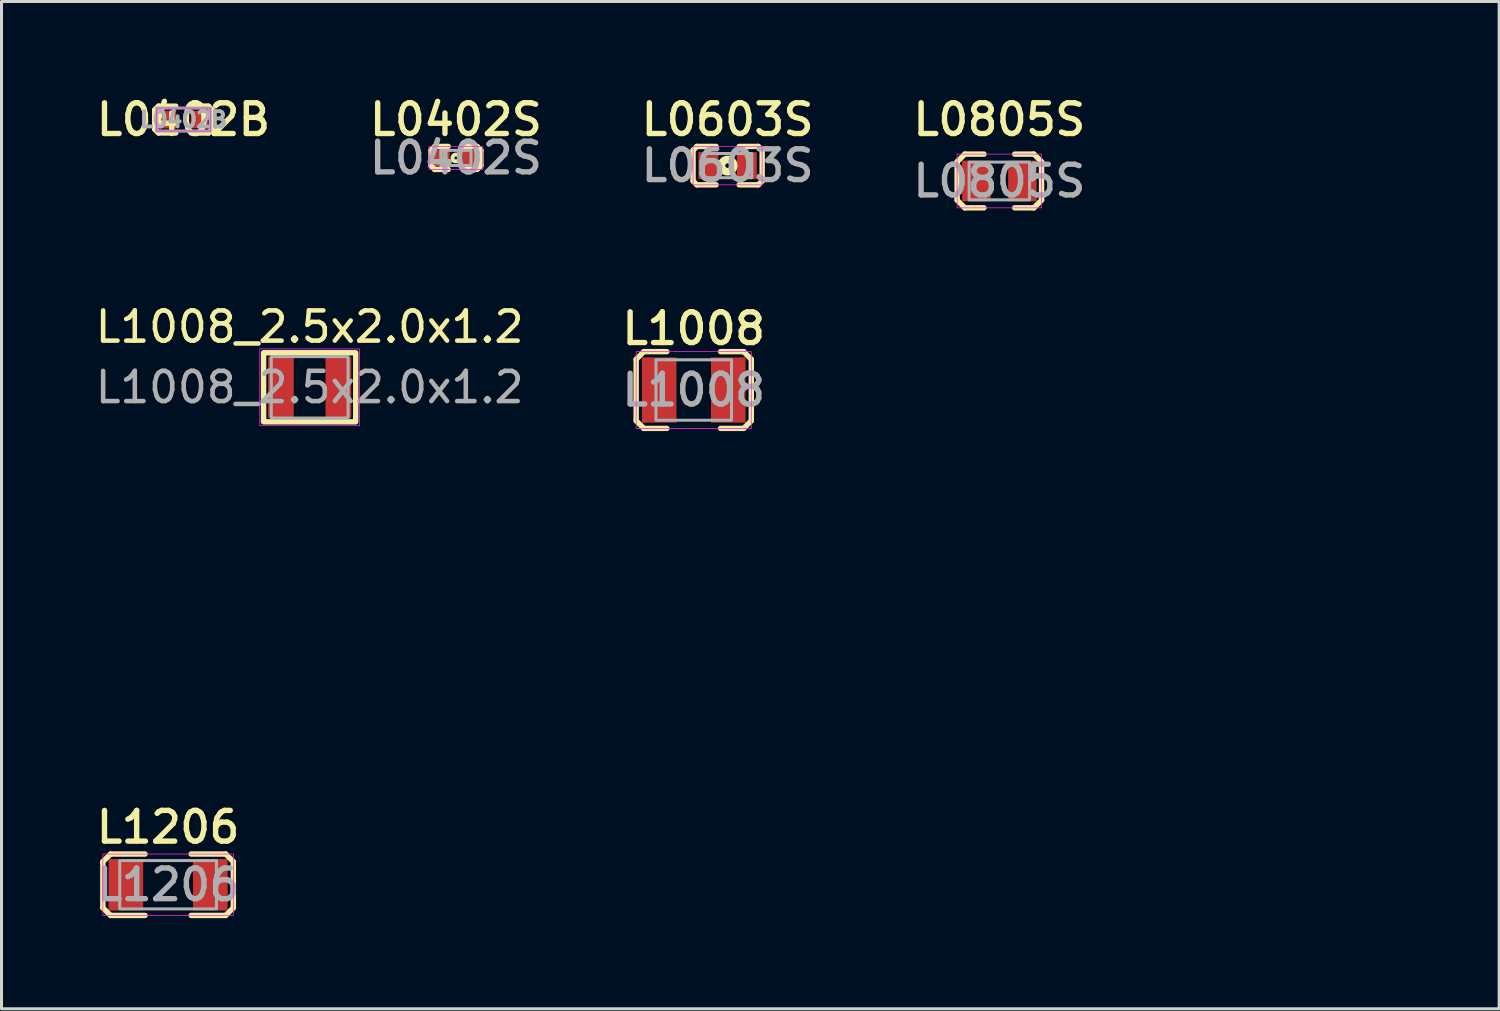
<source format=kicad_pcb>
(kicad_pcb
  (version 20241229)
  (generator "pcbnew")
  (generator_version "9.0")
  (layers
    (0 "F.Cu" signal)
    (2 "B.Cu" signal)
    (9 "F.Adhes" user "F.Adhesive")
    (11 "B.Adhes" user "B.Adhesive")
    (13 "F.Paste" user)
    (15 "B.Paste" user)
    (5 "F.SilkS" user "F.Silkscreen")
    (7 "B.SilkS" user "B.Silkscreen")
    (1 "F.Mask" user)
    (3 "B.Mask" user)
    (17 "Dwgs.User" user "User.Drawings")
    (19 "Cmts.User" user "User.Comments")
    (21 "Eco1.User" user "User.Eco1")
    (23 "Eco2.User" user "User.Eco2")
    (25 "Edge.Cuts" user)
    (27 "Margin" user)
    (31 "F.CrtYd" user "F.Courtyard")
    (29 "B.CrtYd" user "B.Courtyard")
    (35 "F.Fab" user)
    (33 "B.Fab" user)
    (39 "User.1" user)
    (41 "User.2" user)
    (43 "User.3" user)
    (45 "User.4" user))
  (footprint "L1008"
    (layer "F.Cu")
    (at 19.904 9.855)
    (property "Reference" "L1008" (at 0 -2.032 0) (unlocked yes) (layer "F.SilkS") (effects (font (size 1.016 1.016) (thickness 0.178))))
    (attr smd)
    (fp_line (start -1.905 -1.016) (end -1.651 -1.27) (stroke (width 0.178) (type solid)) (layer "F.SilkS"))
    (fp_line (start -1.905 -1.016) (end -1.905 1.016) (stroke (width 0.178) (type solid)) (layer "F.SilkS"))
    (fp_line (start -1.651 1.27) (end -1.905 1.016) (stroke (width 0.178) (type solid)) (layer "F.SilkS"))
    (fp_line (start -1.651 -1.27) (end -0.889 -1.27) (stroke (width 0.178) (type solid)) (layer "F.SilkS"))
    (fp_line (start -1.651 1.27) (end -0.889 1.27) (stroke (width 0.178) (type solid)) (layer "F.SilkS"))
    (fp_line (start 0.889 1.27) (end 1.651 1.27) (stroke (width 0.178) (type solid)) (layer "F.SilkS"))
    (fp_line (start 0.889 -1.27) (end 1.651 -1.27) (stroke (width 0.178) (type solid)) (layer "F.SilkS"))
    (fp_line (start 1.651 -1.27) (end 1.905 -1.016) (stroke (width 0.178) (type solid)) (layer "F.SilkS"))
    (fp_line (start 1.651 1.27) (end 1.905 1.016) (stroke (width 0.178) (type solid)) (layer "F.SilkS"))
    (fp_line (start 1.905 -1.016) (end 1.905 1.016) (stroke (width 0.178) (type solid)) (layer "F.SilkS"))
    (fp_rect (start -1.905 -1.27) (end 1.905 1.27) (stroke (width 0.025) (type solid)) (fill no) (layer "F.CrtYd"))
    (fp_rect (start -1.25 -1) (end 1.25 1) (stroke (width 0.1) (type solid)) (fill no) (layer "F.Fab"))
    (fp_text user "${REFERENCE}" (at 0 0 0) (unlocked yes) (layer "F.Fab") (effects (font (size 1.016 1.016) (thickness 0.178))))
    (fp_text user "Footprint: 1008 (2520 Metric)" (at 0 5.588 0) (unlocked yes) (layer "User.1") (effects (font (size 1.016 1.016) (thickness 0.178) (italic yes)) (justify left)))
    (fp_text user "Dimension: 2.5x1.0mm" (at 0 7.62 0) (unlocked yes) (layer "User.1") (effects (font (size 1.016 1.016) (thickness 0.178) (italic yes)) (justify left)))
    (fp_text user "Auth: Thanh Duong" (at 0 9.652 0) (unlocked yes) (layer "User.1") (effects (font (size 1.016 1.016) (thickness 0.178) (italic yes)) (justify left)))
    (pad "1" smd rect (at -1.143 0) (size 1.143 2.159) (layers "F.Cu" "F.Mask" "F.Paste"))
    (pad "2" smd rect (at 1.143 0) (size 1.143 2.159) (layers "F.Cu" "F.Mask" "F.Paste")))
  (footprint "L0402B"
    (layer "F.Cu")
    (at 3.02 0.906)
    (property "Reference" "L0402B" (at 0 0 0) (layer "F.SilkS") (effects (font (size 1.016 1.016) (thickness 0.178))))
    (attr smd)
    (fp_line (start -0.952 -0.318) (end -0.825 -0.444) (stroke (width 0.178) (type solid)) (layer "F.SilkS"))
    (fp_line (start -0.952 0.318) (end -0.952 -0.318) (stroke (width 0.178) (type solid)) (layer "F.SilkS"))
    (fp_line (start -0.952 0.318) (end -0.826 0.444) (stroke (width 0.178) (type solid)) (layer "F.SilkS"))
    (fp_line (start -0.826 0.444) (end -0.254 0.445) (stroke (width 0.178) (type solid)) (layer "F.SilkS"))
    (fp_line (start -0.254 -0.444) (end -0.825 -0.444) (stroke (width 0.178) (type solid)) (layer "F.SilkS"))
    (fp_line (start 0.254 -0.445) (end 0.826 -0.445) (stroke (width 0.178) (type solid)) (layer "F.SilkS"))
    (fp_line (start 0.254 0.445) (end 0.826 0.445) (stroke (width 0.178) (type solid)) (layer "F.SilkS"))
    (fp_line (start 0.826 0.445) (end 0.953 0.318) (stroke (width 0.178) (type solid)) (layer "F.SilkS"))
    (fp_line (start 0.826 -0.445) (end 0.952 -0.318) (stroke (width 0.178) (type solid)) (layer "F.SilkS"))
    (fp_line (start 0.952 -0.318) (end 0.953 0.318) (stroke (width 0.178) (type solid)) (layer "F.SilkS"))
    (fp_rect (start -0.889 -0.381) (end 0.889 0.381) (stroke (width 0.025) (type solid)) (fill no) (layer "F.CrtYd"))
    (fp_rect (start -0.889 -0.381) (end 0.889 0.381) (stroke (width 0.1) (type solid)) (fill no) (layer "F.Fab"))
    (fp_text user "${REFERENCE}" (at 0 0 0) (layer "F.Fab") (effects (font (size 0.508 0.508) (thickness 0.127))))
    (pad "1" smd rect (at -0.533 0) (size 0.584 0.584) (layers "F.Cu" "F.Mask" "F.Paste"))
    (pad "2" smd rect (at 0.533 0) (size 0.584 0.584) (layers "F.Cu" "F.Mask" "F.Paste")))
  (footprint "L1206"
    (layer "F.Cu")
    (at 2.512 26.224)
    (property "Reference" "L1206" (at 0 -1.905 0) (layer "F.SilkS") (effects (font (size 1.016 1.016) (thickness 0.178))))
    (attr smd)
    (fp_line (start -2.159 -0.762) (end -2.159 0.762) (stroke (width 0.178) (type solid)) (layer "F.SilkS"))
    (fp_line (start -2.159 -0.762) (end -1.905 -1.016) (stroke (width 0.178) (type solid)) (layer "F.SilkS"))
    (fp_line (start -1.905 1.016) (end -2.159 0.762) (stroke (width 0.178) (type solid)) (layer "F.SilkS"))
    (fp_line (start -0.762 -1.016) (end -1.905 -1.016) (stroke (width 0.178) (type solid)) (layer "F.SilkS"))
    (fp_line (start -0.762 1.016) (end -1.905 1.016) (stroke (width 0.178) (type solid)) (layer "F.SilkS"))
    (fp_line (start 1.905 -1.016) (end 0.762 -1.016) (stroke (width 0.178) (type solid)) (layer "F.SilkS"))
    (fp_line (start 1.905 -1.016) (end 2.159 -0.762) (stroke (width 0.178) (type solid)) (layer "F.SilkS"))
    (fp_line (start 1.905 1.016) (end 0.762 1.016) (stroke (width 0.178) (type solid)) (layer "F.SilkS"))
    (fp_line (start 1.905 1.016) (end 2.159 0.762) (stroke (width 0.178) (type solid)) (layer "F.SilkS"))
    (fp_line (start 2.159 -0.762) (end 2.159 0.762) (stroke (width 0.178) (type solid)) (layer "F.SilkS"))
    (fp_rect (start -2.159 -1.016) (end 2.159 1.016) (stroke (width 0.025) (type solid)) (fill no) (layer "F.CrtYd"))
    (fp_rect (start -1.6 -0.8) (end 1.6 0.8) (stroke (width 0.1) (type solid)) (fill no) (layer "F.Fab"))
    (fp_text user "${REFERENCE}" (at 0 0 0) (layer "F.Fab") (effects (font (size 1.016 1.016) (thickness 0.178))))
    (pad "1" smd rect (at -1.397 0) (size 1.143 1.702) (layers "F.Cu" "F.Mask" "F.Paste"))
    (pad "2" smd rect (at 1.397 0) (size 1.143 1.702) (layers "F.Cu" "F.Mask" "F.Paste")))
  (footprint "L0805S"
    (layer "F.Cu")
    (at 30.016 2.938)
    (property "Reference" "L0805S" (at 0 -2.032 0) (layer "F.SilkS") (effects (font (size 1.016 1.016) (thickness 0.178))))
    (attr smd)
    (fp_line (start -1.397 -0.635) (end -1.397 0.635) (stroke (width 0.178) (type solid)) (layer "F.SilkS"))
    (fp_line (start -1.397 -0.635) (end -1.143 -0.889) (stroke (width 0.178) (type solid)) (layer "F.SilkS"))
    (fp_line (start -1.397 0.635) (end -1.143 0.889) (stroke (width 0.178) (type solid)) (layer "F.SilkS"))
    (fp_line (start -1.143 -0.889) (end -0.508 -0.889) (stroke (width 0.178) (type solid)) (layer "F.SilkS"))
    (fp_line (start -1.143 0.889) (end -0.508 0.889) (stroke (width 0.178) (type solid)) (layer "F.SilkS"))
    (fp_line (start 0.508 -0.889) (end 1.143 -0.889) (stroke (width 0.178) (type solid)) (layer "F.SilkS"))
    (fp_line (start 0.508 0.889) (end 1.143 0.889) (stroke (width 0.178) (type solid)) (layer "F.SilkS"))
    (fp_line (start 1.143 -0.889) (end 1.397 -0.635) (stroke (width 0.178) (type solid)) (layer "F.SilkS"))
    (fp_line (start 1.143 0.889) (end 1.397 0.635) (stroke (width 0.178) (type solid)) (layer "F.SilkS"))
    (fp_line (start 1.397 -0.635) (end 1.397 0.635) (stroke (width 0.178) (type solid)) (layer "F.SilkS"))
    (fp_rect (start -1.397 -0.889) (end 1.397 0.889) (stroke (width 0.025) (type solid)) (fill no) (layer "F.CrtYd"))
    (fp_rect (start -1 -0.625) (end 1 0.625) (stroke (width 0.1) (type solid)) (fill no) (layer "F.Fab"))
    (fp_text user "${REFERENCE}" (at 0 0 0) (layer "F.Fab") (effects (font (size 1.016 1.016) (thickness 0.178))))
    (pad "1" smd rect (at -0.762 0) (size 0.94 1.346) (layers "F.Cu" "F.Mask" "F.Paste"))
    (pad "2" smd rect (at 0.762 0) (size 0.94 1.346) (layers "F.Cu" "F.Mask" "F.Paste")))
  (footprint "L1008_2.5x2.0x1.2"
    (layer "F.Cu")
    (at 7.196 9.765)
    (property "Reference" "L1008_2.5x2.0x1.2" (at 0 -2 0) (unlocked yes) (layer "F.SilkS") (effects (font (size 1 1) (thickness 0.15))))
    (attr smd)
    (fp_rect (start -1.524 -1.143) (end 1.524 1.143) (stroke (width 0.178) (type solid)) (fill no) (layer "F.SilkS"))
    (fp_rect (start -1.651 -1.27) (end 1.651 1.27) (stroke (width 0.025) (type solid)) (fill no) (layer "F.CrtYd"))
    (fp_rect (start -1.27 -1.016) (end 1.27 1.016) (stroke (width 0.1) (type solid)) (fill no) (layer "F.Fab"))
    (fp_text user "${REFERENCE}" (at 0 0 0) (unlocked yes) (layer "F.Fab") (effects (font (size 1 1) (thickness 0.15))))
    (pad "1" smd rect (at -0.95 0) (size 0.85 2) (layers "F.Cu" "F.Mask" "F.Paste"))
    (pad "2" smd rect (at 0.95 0) (size 0.85 2) (layers "F.Cu" "F.Mask" "F.Paste")))
  (footprint "L0603S"
    (layer "F.Cu")
    (at 21.025 2.43)
    (property "Reference" "L0603S" (at 0 -1.524 0) (layer "F.SilkS") (effects (font (size 1.016 1.016) (thickness 0.178))))
    (attr smd)
    (fp_line (start -1.143 -0.508) (end -1.143 0.508) (stroke (width 0.178) (type solid)) (layer "F.SilkS"))
    (fp_line (start -1.143 -0.508) (end -1.016 -0.635) (stroke (width 0.178) (type solid)) (layer "F.SilkS"))
    (fp_line (start -1.143 0.508) (end -1.016 0.635) (stroke (width 0.178) (type solid)) (layer "F.SilkS"))
    (fp_line (start -1.016 0.635) (end -0.381 0.635) (stroke (width 0.178) (type solid)) (layer "F.SilkS"))
    (fp_line (start -0.381 -0.635) (end -1.016 -0.635) (stroke (width 0.178) (type solid)) (layer "F.SilkS"))
    (fp_line (start 0.381 0.635) (end 1.016 0.635) (stroke (width 0.178) (type solid)) (layer "F.SilkS"))
    (fp_line (start 1.016 -0.635) (end 0.381 -0.635) (stroke (width 0.178) (type solid)) (layer "F.SilkS"))
    (fp_line (start 1.016 -0.635) (end 1.143 -0.508) (stroke (width 0.178) (type solid)) (layer "F.SilkS"))
    (fp_line (start 1.016 0.635) (end 1.143 0.508) (stroke (width 0.178) (type solid)) (layer "F.SilkS"))
    (fp_line (start 1.143 0.508) (end 1.143 -0.508) (stroke (width 0.178) (type solid)) (layer "F.SilkS"))
    (fp_circle (center 0 0) (end 0.076 0) (stroke (width 0.254) (type solid)) (fill no) (layer "F.SilkS"))
    (fp_rect (start -1.143 -0.635) (end 1.143 0.635) (stroke (width 0.025) (type solid)) (fill no) (layer "F.CrtYd"))
    (fp_rect (start -0.8 -0.4) (end 0.8 0.4) (stroke (width 0.1) (type solid)) (fill no) (layer "F.Fab"))
    (fp_text user "${REFERENCE}" (at 0 0 0) (layer "F.Fab") (effects (font (size 1.016 1.016) (thickness 0.178))))
    (pad "1" smd rect (at -0.635 0) (size 0.66 0.889) (layers "F.Cu" "F.Mask" "F.Paste"))
    (pad "2" smd rect (at 0.635 0) (size 0.66 0.889) (layers "F.Cu" "F.Mask" "F.Paste")))
  (footprint "L0402S"
    (layer "F.Cu")
    (at 12.035 2.176)
    (property "Reference" "L0402S" (at 0 -1.27 0) (layer "F.SilkS") (effects (font (size 1.016 1.016) (thickness 0.178))))
    (attr smd)
    (fp_line (start -0.826 -0.254) (end -0.699 -0.381) (stroke (width 0.178) (type solid)) (layer "F.SilkS"))
    (fp_line (start -0.826 0.254) (end -0.826 -0.254) (stroke (width 0.178) (type solid)) (layer "F.SilkS"))
    (fp_line (start -0.826 0.254) (end -0.699 0.381) (stroke (width 0.178) (type solid)) (layer "F.SilkS"))
    (fp_line (start -0.699 0.381) (end -0.254 0.381) (stroke (width 0.178) (type solid)) (layer "F.SilkS"))
    (fp_line (start -0.254 -0.381) (end -0.699 -0.381) (stroke (width 0.178) (type solid)) (layer "F.SilkS"))
    (fp_line (start 0.254 -0.381) (end 0.699 -0.381) (stroke (width 0.178) (type solid)) (layer "F.SilkS"))
    (fp_line (start 0.254 0.381) (end 0.699 0.381) (stroke (width 0.178) (type solid)) (layer "F.SilkS"))
    (fp_line (start 0.699 0.381) (end 0.826 0.254) (stroke (width 0.178) (type solid)) (layer "F.SilkS"))
    (fp_line (start 0.826 -0.254) (end 0.699 -0.381) (stroke (width 0.178) (type solid)) (layer "F.SilkS"))
    (fp_line (start 0.826 -0.254) (end 0.826 0.254) (stroke (width 0.178) (type solid)) (layer "F.SilkS"))
    (fp_circle (center 0 0) (end 0.051 0) (stroke (width 0.127) (type solid)) (fill no) (layer "F.SilkS"))
    (fp_rect (start -0.889 -0.381) (end 0.889 0.381) (stroke (width 0.025) (type solid)) (fill no) (layer "F.CrtYd"))
    (fp_rect (start -0.5 -0.25) (end 0.5 0.25) (stroke (width 0.1) (type solid)) (fill no) (layer "F.Fab"))
    (fp_text user "${REFERENCE}" (at 0 0 0) (layer "F.Fab") (effects (font (size 1.016 1.016) (thickness 0.178))))
    (pad "1" smd rect (at -0.457 0) (size 0.508 0.559) (layers "F.Cu" "F.Mask" "F.Paste"))
    (pad "2" smd rect (at 0.457 0) (size 0.508 0.559) (layers "F.Cu" "F.Mask" "F.Paste")))
  (gr_rect
    (start -3 -3)
    (end 46.554 30.329)
    (stroke (width 0.1) (type default))
    (fill no)
    (layer "Edge.Cuts")))
</source>
